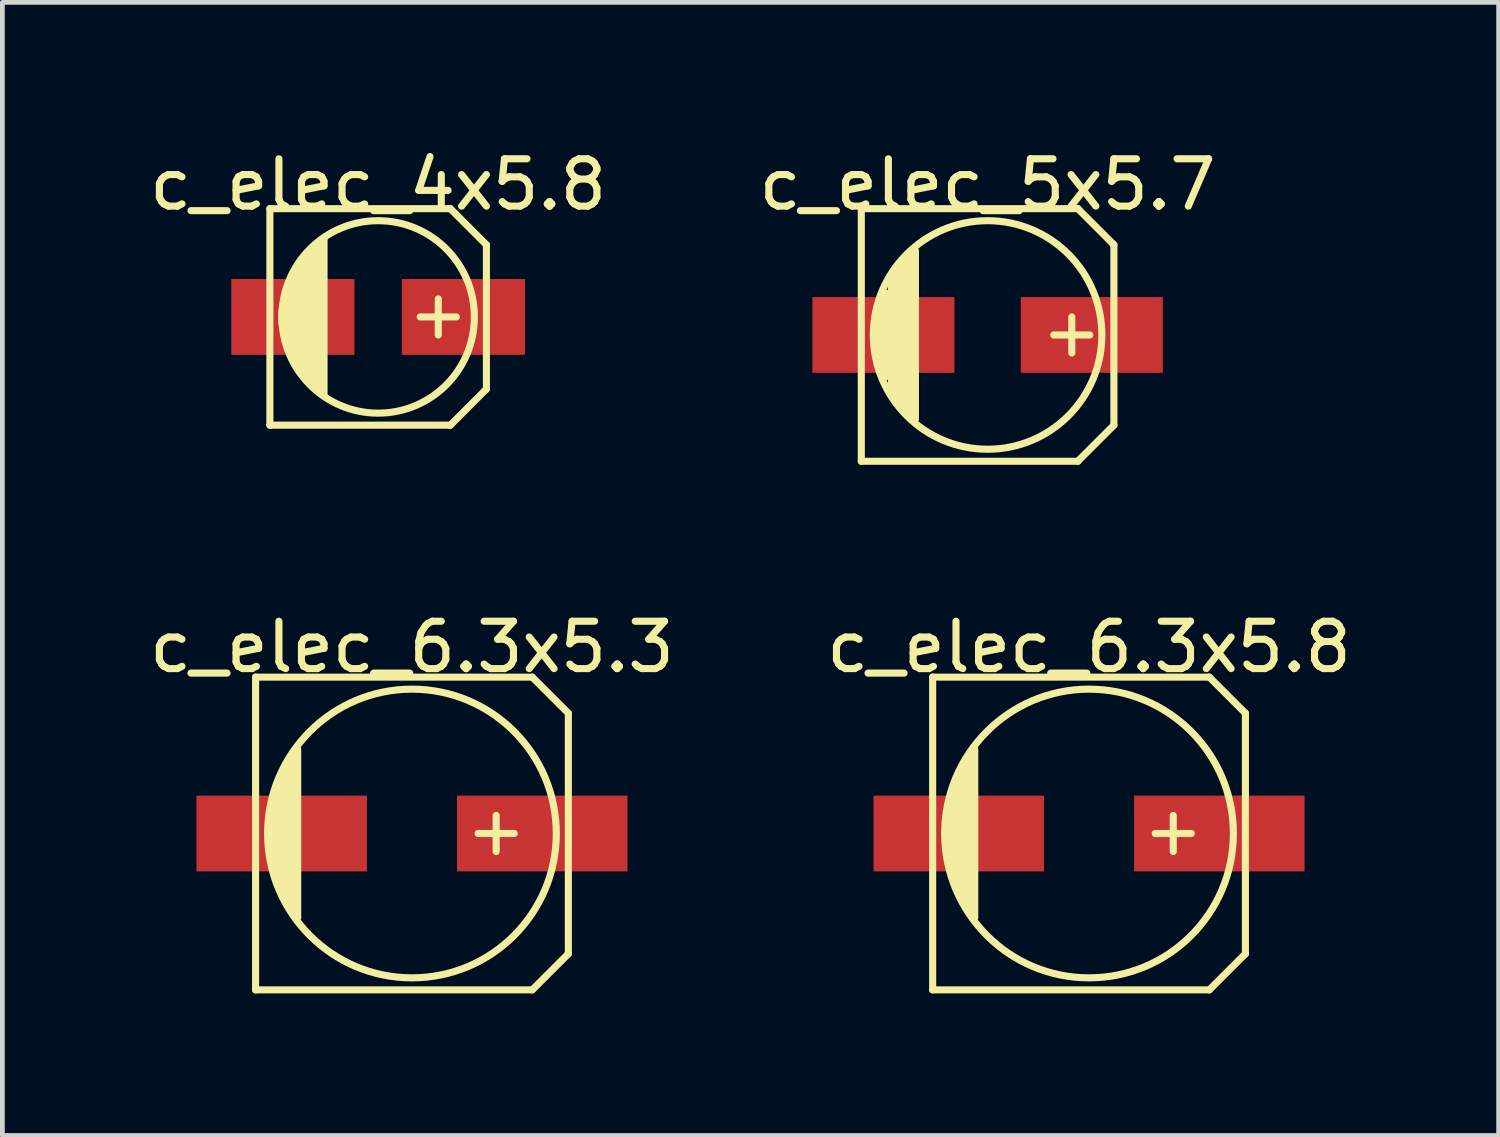
<source format=kicad_pcb>
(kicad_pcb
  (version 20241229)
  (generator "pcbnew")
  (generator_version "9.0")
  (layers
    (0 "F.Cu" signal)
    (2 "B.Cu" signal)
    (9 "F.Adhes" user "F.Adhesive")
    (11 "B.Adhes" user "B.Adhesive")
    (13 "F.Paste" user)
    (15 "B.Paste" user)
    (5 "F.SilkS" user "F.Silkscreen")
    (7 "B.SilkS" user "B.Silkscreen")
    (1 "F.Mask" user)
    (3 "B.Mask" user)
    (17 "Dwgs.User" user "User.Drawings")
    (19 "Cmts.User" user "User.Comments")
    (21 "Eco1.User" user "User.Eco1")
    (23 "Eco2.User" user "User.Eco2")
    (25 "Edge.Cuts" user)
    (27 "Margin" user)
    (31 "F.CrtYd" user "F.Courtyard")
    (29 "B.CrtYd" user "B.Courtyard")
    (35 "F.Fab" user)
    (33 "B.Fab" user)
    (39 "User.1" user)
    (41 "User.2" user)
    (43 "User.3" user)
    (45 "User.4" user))
  (footprint "c_elec_6.3x5.3"
    (layer "F.Cu")
    (at 5.649 14.55)
    (property "Reference" "c_elec_6.3x5.3" (at 0 -3.937 0) (layer "F.SilkS") (effects (font (size 1 1) (thickness 0.15))))
    (attr through_hole)
    (fp_line (start -3.302 -3.302) (end -3.302 3.302) (stroke (width 0.15) (type solid)) (layer "F.SilkS"))
    (fp_line (start -3.302 3.302) (end 2.54 3.302) (stroke (width 0.15) (type solid)) (layer "F.SilkS"))
    (fp_line (start -2.921 -0.762) (end -2.921 0.762) (stroke (width 0.15) (type solid)) (layer "F.SilkS"))
    (fp_line (start -2.794 1.143) (end -2.794 -1.143) (stroke (width 0.15) (type solid)) (layer "F.SilkS"))
    (fp_line (start -2.667 -1.397) (end -2.667 1.397) (stroke (width 0.15) (type solid)) (layer "F.SilkS"))
    (fp_line (start -2.54 1.651) (end -2.54 -1.651) (stroke (width 0.15) (type solid)) (layer "F.SilkS"))
    (fp_line (start -2.413 -1.778) (end -2.413 1.778) (stroke (width 0.15) (type solid)) (layer "F.SilkS"))
    (fp_line (start 1.778 -0.381) (end 1.778 0.381) (stroke (width 0.15) (type solid)) (layer "F.SilkS"))
    (fp_line (start 2.159 0) (end 1.397 0) (stroke (width 0.15) (type solid)) (layer "F.SilkS"))
    (fp_line (start 2.54 -3.302) (end -3.302 -3.302) (stroke (width 0.15) (type solid)) (layer "F.SilkS"))
    (fp_line (start 2.54 3.302) (end 3.302 2.54) (stroke (width 0.15) (type solid)) (layer "F.SilkS"))
    (fp_line (start 3.302 -2.54) (end 2.54 -3.302) (stroke (width 0.15) (type solid)) (layer "F.SilkS"))
    (fp_line (start 3.302 2.54) (end 3.302 -2.54) (stroke (width 0.15) (type solid)) (layer "F.SilkS"))
    (fp_circle (center 0 0) (end -3.048 0) (stroke (width 0.15) (type solid)) (fill no) (layer "F.SilkS"))
    (pad "1" smd rect (at 2.751 0) (size 3.599 1.6) (layers "F.Cu" "F.Mask" "F.Paste"))
    (pad "2" smd rect (at -2.751 0) (size 3.599 1.6) (layers "F.Cu" "F.Mask" "F.Paste")))
  (footprint "c_elec_5x5.7"
    (layer "F.Cu")
    (at 17.804 4.023)
    (property "Reference" "c_elec_5x5.7" (at 0 -3.175 0) (layer "F.SilkS") (effects (font (size 1 1) (thickness 0.15))))
    (attr through_hole)
    (fp_line (start -2.667 -2.667) (end 1.905 -2.667) (stroke (width 0.15) (type solid)) (layer "F.SilkS"))
    (fp_line (start -2.667 2.667) (end -2.667 -2.667) (stroke (width 0.15) (type solid)) (layer "F.SilkS"))
    (fp_line (start -2.286 -0.635) (end -2.286 0.762) (stroke (width 0.15) (type solid)) (layer "F.SilkS"))
    (fp_line (start -2.159 -0.889) (end -2.159 0.889) (stroke (width 0.15) (type solid)) (layer "F.SilkS"))
    (fp_line (start -2.032 -1.27) (end -2.032 1.27) (stroke (width 0.15) (type solid)) (layer "F.SilkS"))
    (fp_line (start -1.905 1.397) (end -1.905 -1.397) (stroke (width 0.15) (type solid)) (layer "F.SilkS"))
    (fp_line (start -1.778 -1.524) (end -1.778 1.524) (stroke (width 0.15) (type solid)) (layer "F.SilkS"))
    (fp_line (start -1.651 1.651) (end -1.651 -1.651) (stroke (width 0.15) (type solid)) (layer "F.SilkS"))
    (fp_line (start -1.524 -1.778) (end -1.524 1.778) (stroke (width 0.15) (type solid)) (layer "F.SilkS"))
    (fp_line (start 1.778 -0.381) (end 1.778 0.381) (stroke (width 0.15) (type solid)) (layer "F.SilkS"))
    (fp_line (start 1.905 -2.667) (end 2.667 -1.905) (stroke (width 0.15) (type solid)) (layer "F.SilkS"))
    (fp_line (start 1.905 2.667) (end -2.667 2.667) (stroke (width 0.15) (type solid)) (layer "F.SilkS"))
    (fp_line (start 2.159 0) (end 1.397 0) (stroke (width 0.15) (type solid)) (layer "F.SilkS"))
    (fp_line (start 2.667 -1.905) (end 2.667 1.905) (stroke (width 0.15) (type solid)) (layer "F.SilkS"))
    (fp_line (start 2.667 1.905) (end 1.905 2.667) (stroke (width 0.15) (type solid)) (layer "F.SilkS"))
    (fp_circle (center 0 0) (end -2.413 0) (stroke (width 0.15) (type solid)) (fill no) (layer "F.SilkS"))
    (pad "1" smd rect (at 2.2 0) (size 3 1.6) (layers "F.Cu" "F.Mask" "F.Paste"))
    (pad "2" smd rect (at -2.2 0) (size 3 1.6) (layers "F.Cu" "F.Mask" "F.Paste")))
  (footprint "c_elec_4x5.8"
    (layer "F.Cu")
    (at 4.935 3.642)
    (property "Reference" "c_elec_4x5.8" (at 0 -2.794 0) (layer "F.SilkS") (effects (font (size 1 1) (thickness 0.15))))
    (attr through_hole)
    (fp_line (start -2.286 -2.286) (end -2.286 2.286) (stroke (width 0.15) (type solid)) (layer "F.SilkS"))
    (fp_line (start -2.032 0.127) (end -2.032 -0.127) (stroke (width 0.15) (type solid)) (layer "F.SilkS"))
    (fp_line (start -1.905 -0.635) (end -1.905 0.635) (stroke (width 0.15) (type solid)) (layer "F.SilkS"))
    (fp_line (start -1.778 0.889) (end -1.778 -0.889) (stroke (width 0.15) (type solid)) (layer "F.SilkS"))
    (fp_line (start -1.651 1.143) (end -1.651 -1.143) (stroke (width 0.15) (type solid)) (layer "F.SilkS"))
    (fp_line (start -1.524 -1.27) (end -1.524 1.27) (stroke (width 0.15) (type solid)) (layer "F.SilkS"))
    (fp_line (start -1.397 1.397) (end -1.397 -1.397) (stroke (width 0.15) (type solid)) (layer "F.SilkS"))
    (fp_line (start -1.27 -1.524) (end -1.27 1.524) (stroke (width 0.15) (type solid)) (layer "F.SilkS"))
    (fp_line (start -1.143 -1.651) (end -1.143 1.651) (stroke (width 0.15) (type solid)) (layer "F.SilkS"))
    (fp_line (start 1.27 -0.381) (end 1.27 0.381) (stroke (width 0.15) (type solid)) (layer "F.SilkS"))
    (fp_line (start 1.524 -2.286) (end -2.286 -2.286) (stroke (width 0.15) (type solid)) (layer "F.SilkS"))
    (fp_line (start 1.524 -2.286) (end 2.286 -1.524) (stroke (width 0.15) (type solid)) (layer "F.SilkS"))
    (fp_line (start 1.524 2.286) (end -2.286 2.286) (stroke (width 0.15) (type solid)) (layer "F.SilkS"))
    (fp_line (start 1.524 2.286) (end 2.286 1.524) (stroke (width 0.15) (type solid)) (layer "F.SilkS"))
    (fp_line (start 1.651 0) (end 0.889 0) (stroke (width 0.15) (type solid)) (layer "F.SilkS"))
    (fp_line (start 2.286 -1.524) (end 2.286 1.524) (stroke (width 0.15) (type solid)) (layer "F.SilkS"))
    (fp_circle (center 0 0) (end -2.032 0) (stroke (width 0.15) (type solid)) (fill no) (layer "F.SilkS"))
    (pad "1" smd rect (at 1.801 0) (size 2.601 1.6) (layers "F.Cu" "F.Mask" "F.Paste"))
    (pad "2" smd rect (at -1.801 0) (size 2.601 1.6) (layers "F.Cu" "F.Mask" "F.Paste")))
  (footprint "c_elec_6.3x5.8"
    (layer "F.Cu")
    (at 19.946 14.55)
    (property "Reference" "c_elec_6.3x5.8" (at 0 -3.937 0) (layer "F.SilkS") (effects (font (size 1 1) (thickness 0.15))))
    (attr through_hole)
    (fp_line (start -3.302 -3.302) (end -3.302 3.302) (stroke (width 0.15) (type solid)) (layer "F.SilkS"))
    (fp_line (start -3.302 3.302) (end 2.54 3.302) (stroke (width 0.15) (type solid)) (layer "F.SilkS"))
    (fp_line (start -2.921 -0.762) (end -2.921 0.762) (stroke (width 0.15) (type solid)) (layer "F.SilkS"))
    (fp_line (start -2.794 1.143) (end -2.794 -1.143) (stroke (width 0.15) (type solid)) (layer "F.SilkS"))
    (fp_line (start -2.667 -1.397) (end -2.667 1.397) (stroke (width 0.15) (type solid)) (layer "F.SilkS"))
    (fp_line (start -2.54 1.651) (end -2.54 -1.651) (stroke (width 0.15) (type solid)) (layer "F.SilkS"))
    (fp_line (start -2.413 -1.778) (end -2.413 1.778) (stroke (width 0.15) (type solid)) (layer "F.SilkS"))
    (fp_line (start 1.778 -0.381) (end 1.778 0.381) (stroke (width 0.15) (type solid)) (layer "F.SilkS"))
    (fp_line (start 2.159 0) (end 1.397 0) (stroke (width 0.15) (type solid)) (layer "F.SilkS"))
    (fp_line (start 2.54 -3.302) (end -3.302 -3.302) (stroke (width 0.15) (type solid)) (layer "F.SilkS"))
    (fp_line (start 2.54 3.302) (end 3.302 2.54) (stroke (width 0.15) (type solid)) (layer "F.SilkS"))
    (fp_line (start 3.302 -2.54) (end 2.54 -3.302) (stroke (width 0.15) (type solid)) (layer "F.SilkS"))
    (fp_line (start 3.302 2.54) (end 3.302 -2.54) (stroke (width 0.15) (type solid)) (layer "F.SilkS"))
    (fp_circle (center 0 0) (end -3.048 0) (stroke (width 0.15) (type solid)) (fill no) (layer "F.SilkS"))
    (pad "1" smd rect (at 2.751 0) (size 3.599 1.6) (layers "F.Cu" "F.Mask" "F.Paste"))
    (pad "2" smd rect (at -2.751 0) (size 3.599 1.6) (layers "F.Cu" "F.Mask" "F.Paste")))
  (gr_rect
    (start -3 -3)
    (end 28.595 20.927)
    (stroke (width 0.1) (type default))
    (fill no)
    (layer "Edge.Cuts")))
</source>
